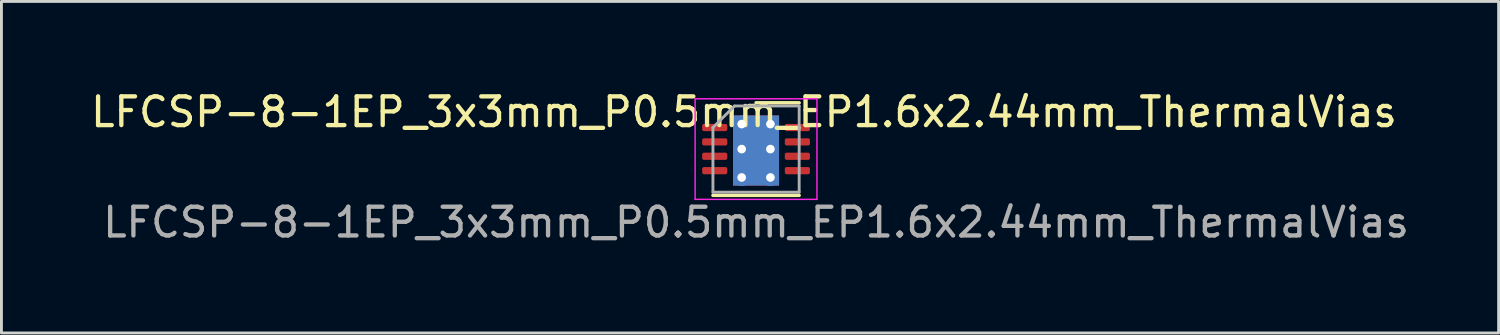
<source format=kicad_pcb>
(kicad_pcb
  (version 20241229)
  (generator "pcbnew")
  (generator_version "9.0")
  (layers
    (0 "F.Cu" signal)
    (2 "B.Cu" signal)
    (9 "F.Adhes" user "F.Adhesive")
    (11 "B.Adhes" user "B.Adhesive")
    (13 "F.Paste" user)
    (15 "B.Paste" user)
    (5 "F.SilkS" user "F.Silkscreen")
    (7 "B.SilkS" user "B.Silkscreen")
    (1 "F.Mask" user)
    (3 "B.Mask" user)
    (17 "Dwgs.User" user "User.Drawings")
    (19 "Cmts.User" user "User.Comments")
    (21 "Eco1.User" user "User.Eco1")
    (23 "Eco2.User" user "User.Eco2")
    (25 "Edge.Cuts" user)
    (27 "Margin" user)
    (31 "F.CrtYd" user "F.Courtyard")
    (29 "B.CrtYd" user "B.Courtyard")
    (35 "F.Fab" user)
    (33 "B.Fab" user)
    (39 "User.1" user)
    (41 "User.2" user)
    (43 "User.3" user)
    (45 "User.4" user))
  (footprint "LFCSP-8-1EP_3x3mm_P0.5mm_EP1.6x2.44mm_ThermalVias"
    (layer "F.Cu")
    (at 23.259 2.188)
    (property "Reference" "LFCSP-8-1EP_3x3mm_P0.5mm_EP1.6x2.44mm_ThermalVias" (at -0.42 -1.34 0) (unlocked yes) (layer "F.SilkS") (effects (font (size 1 1) (thickness 0.15))))
    (attr smd)
    (fp_line (start -1.5 1.56) (end 1.5 1.56) (stroke (width 0.12) (type solid)) (layer "F.SilkS"))
    (fp_line (start 0 -1.66) (end 1.5 -1.66) (stroke (width 0.12) (type solid)) (layer "F.SilkS"))
    (fp_line (start -2.12 -1.8) (end -2.12 1.7) (stroke (width 0.05) (type solid)) (layer "F.CrtYd"))
    (fp_line (start -2.12 1.7) (end 2.12 1.7) (stroke (width 0.05) (type solid)) (layer "F.CrtYd"))
    (fp_line (start 2.12 -1.8) (end -2.12 -1.8) (stroke (width 0.05) (type solid)) (layer "F.CrtYd"))
    (fp_line (start 2.12 1.7) (end 2.12 -1.8) (stroke (width 0.05) (type solid)) (layer "F.CrtYd"))
    (fp_line (start -1.5 -0.8) (end -0.75 -1.55) (stroke (width 0.1) (type solid)) (layer "F.Fab"))
    (fp_line (start -1.5 1.45) (end -1.5 -0.8) (stroke (width 0.1) (type solid)) (layer "F.Fab"))
    (fp_line (start -0.75 -1.55) (end 1.5 -1.55) (stroke (width 0.1) (type solid)) (layer "F.Fab"))
    (fp_line (start 1.5 -1.55) (end 1.5 1.45) (stroke (width 0.1) (type solid)) (layer "F.Fab"))
    (fp_line (start 1.5 1.45) (end -1.5 1.45) (stroke (width 0.1) (type solid)) (layer "F.Fab"))
    (fp_text user "${REFERENCE}" (at 0 2.5 0) (unlocked yes) (layer "F.Fab") (effects (font (size 1 1) (thickness 0.15))))
    (pad "" smd roundrect (at -0.4 -0.585) (size 0.69 1.01) (layers "F.Paste") (roundrect_rratio 0.25))
    (pad "" smd roundrect (at -0.4 0.535) (size 0.69 1.01) (layers "F.Paste") (roundrect_rratio 0.25))
    (pad "" smd roundrect (at 0.4 -0.635) (size 0.69 1.01) (layers "F.Paste") (roundrect_rratio 0.25))
    (pad "" smd roundrect (at 0.4 0.535) (size 0.69 1.01) (layers "F.Paste") (roundrect_rratio 0.25))
    (pad "1" smd roundrect (at -1.438 -0.8) (size 0.875 0.25) (layers "F.Cu" "F.Mask" "F.Paste") (roundrect_rratio 0.25))
    (pad "2" smd roundrect (at -1.438 -0.3) (size 0.875 0.25) (layers "F.Cu" "F.Mask" "F.Paste") (roundrect_rratio 0.25))
    (pad "3" smd roundrect (at -1.438 0.2) (size 0.875 0.25) (layers "F.Cu" "F.Mask" "F.Paste") (roundrect_rratio 0.25))
    (pad "4" smd roundrect (at -1.438 0.7) (size 0.875 0.25) (layers "F.Cu" "F.Mask" "F.Paste") (roundrect_rratio 0.25))
    (pad "5" smd roundrect (at 1.438 0.7) (size 0.875 0.25) (layers "F.Cu" "F.Mask" "F.Paste") (roundrect_rratio 0.25))
    (pad "6" smd roundrect (at 1.438 0.2) (size 0.875 0.25) (layers "F.Cu" "F.Mask" "F.Paste") (roundrect_rratio 0.25))
    (pad "7" smd roundrect (at 1.438 -0.3) (size 0.875 0.25) (layers "F.Cu" "F.Mask" "F.Paste") (roundrect_rratio 0.25))
    (pad "8" smd roundrect (at 1.438 -0.8) (size 0.875 0.25) (layers "F.Cu" "F.Mask" "F.Paste") (roundrect_rratio 0.25))
    (pad "9" thru_hole circle (at -0.5 -0.92) (size 0.6 0.6) (drill 0.3) (layers "*.Cu"))
    (pad "9" thru_hole circle (at -0.5 -0.05) (size 0.6 0.6) (drill 0.3) (layers "*.Cu"))
    (pad "9" thru_hole circle (at -0.5 0.938) (size 0.6 0.6) (drill 0.3) (layers "*.Cu"))
    (pad "9" smd rect (at 0 0) (size 1.6 2.44) (layers "F.Cu" "F.Mask"))
    (pad "9" smd rect (at 0 0) (size 1.6 2.44) (layers "B.Cu"))
    (pad "9" thru_hole circle (at 0.5 -0.92) (size 0.6 0.6) (drill 0.3) (layers "*.Cu"))
    (pad "9" thru_hole circle (at 0.5 -0.05) (size 0.6 0.6) (drill 0.3) (layers "*.Cu"))
    (pad "9" thru_hole circle (at 0.5 0.938) (size 0.6 0.6) (drill 0.3) (layers "*.Cu")))
  (gr_rect
    (start -3 -3)
    (end 49.099 8.537)
    (stroke (width 0.1) (type default))
    (fill no)
    (layer "Edge.Cuts")))
</source>
